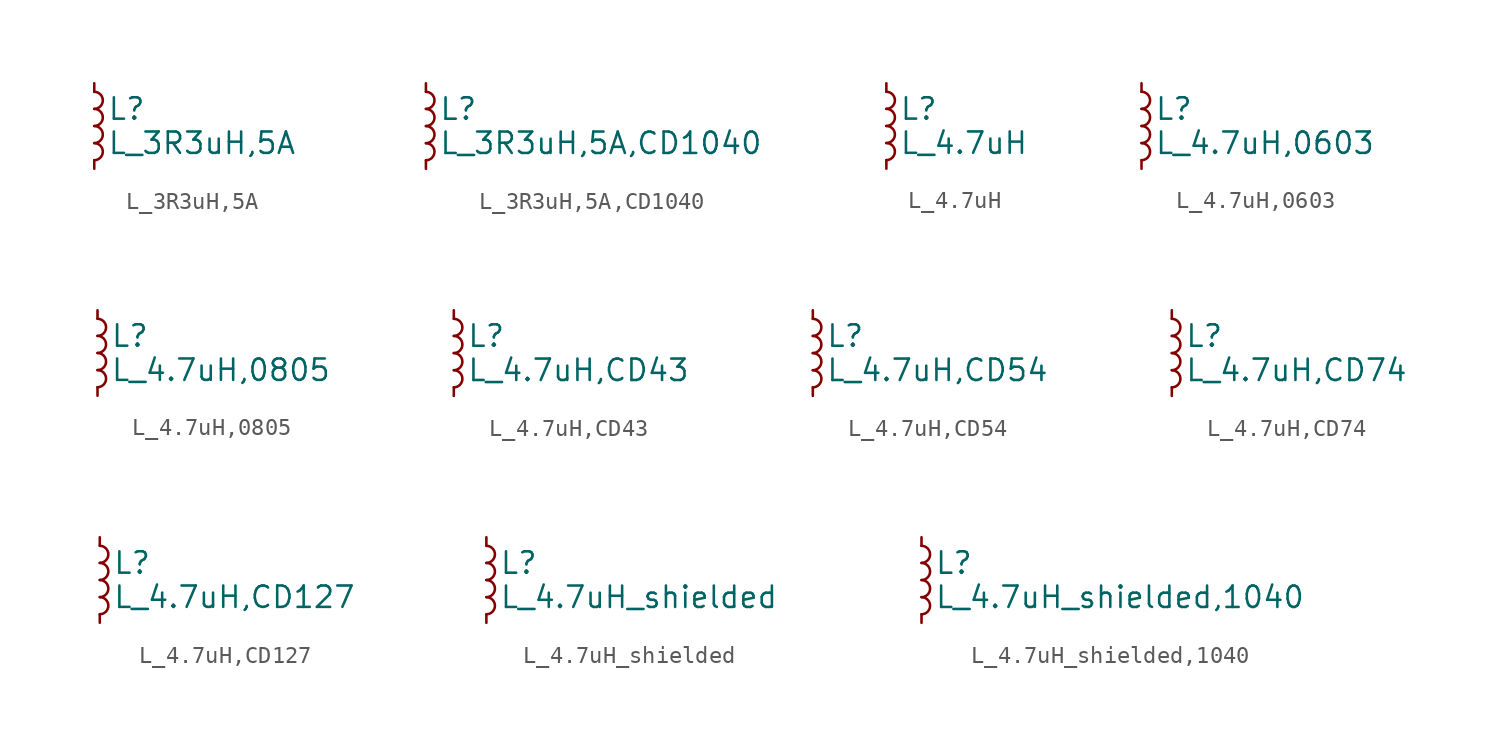
<source format=kicad_sym>
(kicad_symbol_lib
  (version 20211014)
  (generator kicad_symbol_editor)
  (symbol "L_3R3uH,5A"
    (pin_numbers hide)
    (pin_names
      (offset 0.254) hide)
    (property "Reference" "L"
      (at 0.762 1.016 0)
      (effects (font (size 1.27 1.27)) (justify left)))
    (property "Value" "L_3R3uH,5A"
      (at 0.762 -1.016 0)
      (effects (font (size 1.27 1.27)) (justify left)))
    (symbol "L_3R3uH,5A_0_1"
      (arc (start 0 -2.032) (mid 0.508 -1.524) (end 0 -1.016) (stroke (width 0) (type default) (color 0 0 0 0)) (fill (type none)))
      (arc (start 0 -1.016) (mid 0.508 -0.508) (end 0 0) (stroke (width 0) (type default) (color 0 0 0 0)) (fill (type none)))
      (arc (start 0 0) (mid 0.508 0.508) (end 0 1.016) (stroke (width 0) (type default) (color 0 0 0 0)) (fill (type none)))
      (arc (start 0 1.016) (mid 0.508 1.524) (end 0 2.032) (stroke (width 0) (type default) (color 0 0 0 0)) (fill (type none))))
    (symbol "L_3R3uH,5A_1_1"
      (pin passive line (at 0 2.54 270) (length 0.508) (name "~" (effects (font (size 1.27 1.27)))) (number "1" (effects (font (size 1.27 1.27)))))
      (pin passive line (at 0 -2.54 90) (length 0.508) (name "~" (effects (font (size 1.27 1.27)))) (number "2" (effects (font (size 1.27 1.27)))))))
  (symbol "L_3R3uH,5A,CD1040"
    (pin_numbers hide)
    (pin_names
      (offset 0.254) hide)
    (property "Reference" "L"
      (at 0.762 1.016 0)
      (effects (font (size 1.27 1.27)) (justify left)))
    (property "Value" "L_3R3uH,5A,CD1040"
      (at 0.762 -1.016 0)
      (effects (font (size 1.27 1.27)) (justify left)))
    (symbol "L_3R3uH,5A,CD1040_0_1"
      (arc (start 0 -2.032) (mid 0.508 -1.524) (end 0 -1.016) (stroke (width 0) (type default) (color 0 0 0 0)) (fill (type none)))
      (arc (start 0 -1.016) (mid 0.508 -0.508) (end 0 0) (stroke (width 0) (type default) (color 0 0 0 0)) (fill (type none)))
      (arc (start 0 0) (mid 0.508 0.508) (end 0 1.016) (stroke (width 0) (type default) (color 0 0 0 0)) (fill (type none)))
      (arc (start 0 1.016) (mid 0.508 1.524) (end 0 2.032) (stroke (width 0) (type default) (color 0 0 0 0)) (fill (type none))))
    (symbol "L_3R3uH,5A,CD1040_1_1"
      (pin passive line (at 0 2.54 270) (length 0.508) (name "~" (effects (font (size 1.27 1.27)))) (number "1" (effects (font (size 1.27 1.27)))))
      (pin passive line (at 0 -2.54 90) (length 0.508) (name "~" (effects (font (size 1.27 1.27)))) (number "2" (effects (font (size 1.27 1.27)))))))
  (symbol "L_4.7uH"
    (pin_numbers hide)
    (pin_names
      (offset 0.254) hide)
    (property "Reference" "L"
      (at 0.762 1.016 0)
      (effects (font (size 1.27 1.27)) (justify left)))
    (property "Value" "L_4.7uH"
      (at 0.762 -1.016 0)
      (effects (font (size 1.27 1.27)) (justify left)))
    (symbol "L_4.7uH_0_1"
      (arc (start 0 -2.032) (mid 0.508 -1.524) (end 0 -1.016) (stroke (width 0) (type default) (color 0 0 0 0)) (fill (type none)))
      (arc (start 0 -1.016) (mid 0.508 -0.508) (end 0 0) (stroke (width 0) (type default) (color 0 0 0 0)) (fill (type none)))
      (arc (start 0 0) (mid 0.508 0.508) (end 0 1.016) (stroke (width 0) (type default) (color 0 0 0 0)) (fill (type none)))
      (arc (start 0 1.016) (mid 0.508 1.524) (end 0 2.032) (stroke (width 0) (type default) (color 0 0 0 0)) (fill (type none))))
    (symbol "L_4.7uH_1_1"
      (pin passive line (at 0 2.54 270) (length 0.508) (name "~" (effects (font (size 1.27 1.27)))) (number "1" (effects (font (size 1.27 1.27)))))
      (pin passive line (at 0 -2.54 90) (length 0.508) (name "~" (effects (font (size 1.27 1.27)))) (number "2" (effects (font (size 1.27 1.27)))))))
  (symbol "L_4.7uH,0603"
    (pin_numbers hide)
    (pin_names
      (offset 0.254) hide)
    (property "Reference" "L"
      (at 0.762 1.016 0)
      (effects (font (size 1.27 1.27)) (justify left)))
    (property "Value" "L_4.7uH,0603"
      (at 0.762 -1.016 0)
      (effects (font (size 1.27 1.27)) (justify left)))
    (symbol "L_4.7uH,0603_0_1"
      (arc (start 0 -2.032) (mid 0.508 -1.524) (end 0 -1.016) (stroke (width 0) (type default) (color 0 0 0 0)) (fill (type none)))
      (arc (start 0 -1.016) (mid 0.508 -0.508) (end 0 0) (stroke (width 0) (type default) (color 0 0 0 0)) (fill (type none)))
      (arc (start 0 0) (mid 0.508 0.508) (end 0 1.016) (stroke (width 0) (type default) (color 0 0 0 0)) (fill (type none)))
      (arc (start 0 1.016) (mid 0.508 1.524) (end 0 2.032) (stroke (width 0) (type default) (color 0 0 0 0)) (fill (type none))))
    (symbol "L_4.7uH,0603_1_1"
      (pin passive line (at 0 2.54 270) (length 0.508) (name "~" (effects (font (size 1.27 1.27)))) (number "1" (effects (font (size 1.27 1.27)))))
      (pin passive line (at 0 -2.54 90) (length 0.508) (name "~" (effects (font (size 1.27 1.27)))) (number "2" (effects (font (size 1.27 1.27)))))))
  (symbol "L_4.7uH,0805"
    (pin_numbers hide)
    (pin_names
      (offset 0.254) hide)
    (property "Reference" "L"
      (at 0.762 1.016 0)
      (effects (font (size 1.27 1.27)) (justify left)))
    (property "Value" "L_4.7uH,0805"
      (at 0.762 -1.016 0)
      (effects (font (size 1.27 1.27)) (justify left)))
    (symbol "L_4.7uH,0805_0_1"
      (arc (start 0 -2.032) (mid 0.508 -1.524) (end 0 -1.016) (stroke (width 0) (type default) (color 0 0 0 0)) (fill (type none)))
      (arc (start 0 -1.016) (mid 0.508 -0.508) (end 0 0) (stroke (width 0) (type default) (color 0 0 0 0)) (fill (type none)))
      (arc (start 0 0) (mid 0.508 0.508) (end 0 1.016) (stroke (width 0) (type default) (color 0 0 0 0)) (fill (type none)))
      (arc (start 0 1.016) (mid 0.508 1.524) (end 0 2.032) (stroke (width 0) (type default) (color 0 0 0 0)) (fill (type none))))
    (symbol "L_4.7uH,0805_1_1"
      (pin passive line (at 0 2.54 270) (length 0.508) (name "~" (effects (font (size 1.27 1.27)))) (number "1" (effects (font (size 1.27 1.27)))))
      (pin passive line (at 0 -2.54 90) (length 0.508) (name "~" (effects (font (size 1.27 1.27)))) (number "2" (effects (font (size 1.27 1.27)))))))
  (symbol "L_4.7uH,CD43"
    (pin_numbers hide)
    (pin_names
      (offset 0.254) hide)
    (property "Reference" "L"
      (at 0.762 1.016 0)
      (effects (font (size 1.27 1.27)) (justify left)))
    (property "Value" "L_4.7uH,CD43"
      (at 0.762 -1.016 0)
      (effects (font (size 1.27 1.27)) (justify left)))
    (symbol "L_4.7uH,CD43_0_1"
      (arc (start 0 -2.032) (mid 0.508 -1.524) (end 0 -1.016) (stroke (width 0) (type default) (color 0 0 0 0)) (fill (type none)))
      (arc (start 0 -1.016) (mid 0.508 -0.508) (end 0 0) (stroke (width 0) (type default) (color 0 0 0 0)) (fill (type none)))
      (arc (start 0 0) (mid 0.508 0.508) (end 0 1.016) (stroke (width 0) (type default) (color 0 0 0 0)) (fill (type none)))
      (arc (start 0 1.016) (mid 0.508 1.524) (end 0 2.032) (stroke (width 0) (type default) (color 0 0 0 0)) (fill (type none))))
    (symbol "L_4.7uH,CD43_1_1"
      (pin passive line (at 0 2.54 270) (length 0.508) (name "~" (effects (font (size 1.27 1.27)))) (number "1" (effects (font (size 1.27 1.27)))))
      (pin passive line (at 0 -2.54 90) (length 0.508) (name "~" (effects (font (size 1.27 1.27)))) (number "2" (effects (font (size 1.27 1.27)))))))
  (symbol "L_4.7uH,CD54"
    (pin_numbers hide)
    (pin_names
      (offset 0.254) hide)
    (property "Reference" "L"
      (at 0.762 1.016 0)
      (effects (font (size 1.27 1.27)) (justify left)))
    (property "Value" "L_4.7uH,CD54"
      (at 0.762 -1.016 0)
      (effects (font (size 1.27 1.27)) (justify left)))
    (symbol "L_4.7uH,CD54_0_1"
      (arc (start 0 -2.032) (mid 0.508 -1.524) (end 0 -1.016) (stroke (width 0) (type default) (color 0 0 0 0)) (fill (type none)))
      (arc (start 0 -1.016) (mid 0.508 -0.508) (end 0 0) (stroke (width 0) (type default) (color 0 0 0 0)) (fill (type none)))
      (arc (start 0 0) (mid 0.508 0.508) (end 0 1.016) (stroke (width 0) (type default) (color 0 0 0 0)) (fill (type none)))
      (arc (start 0 1.016) (mid 0.508 1.524) (end 0 2.032) (stroke (width 0) (type default) (color 0 0 0 0)) (fill (type none))))
    (symbol "L_4.7uH,CD54_1_1"
      (pin passive line (at 0 2.54 270) (length 0.508) (name "~" (effects (font (size 1.27 1.27)))) (number "1" (effects (font (size 1.27 1.27)))))
      (pin passive line (at 0 -2.54 90) (length 0.508) (name "~" (effects (font (size 1.27 1.27)))) (number "2" (effects (font (size 1.27 1.27)))))))
  (symbol "L_4.7uH,CD74"
    (pin_numbers hide)
    (pin_names
      (offset 0.254) hide)
    (property "Reference" "L"
      (at 0.762 1.016 0)
      (effects (font (size 1.27 1.27)) (justify left)))
    (property "Value" "L_4.7uH,CD74"
      (at 0.762 -1.016 0)
      (effects (font (size 1.27 1.27)) (justify left)))
    (symbol "L_4.7uH,CD74_0_1"
      (arc (start 0 -2.032) (mid 0.508 -1.524) (end 0 -1.016) (stroke (width 0) (type default) (color 0 0 0 0)) (fill (type none)))
      (arc (start 0 -1.016) (mid 0.508 -0.508) (end 0 0) (stroke (width 0) (type default) (color 0 0 0 0)) (fill (type none)))
      (arc (start 0 0) (mid 0.508 0.508) (end 0 1.016) (stroke (width 0) (type default) (color 0 0 0 0)) (fill (type none)))
      (arc (start 0 1.016) (mid 0.508 1.524) (end 0 2.032) (stroke (width 0) (type default) (color 0 0 0 0)) (fill (type none))))
    (symbol "L_4.7uH,CD74_1_1"
      (pin passive line (at 0 2.54 270) (length 0.508) (name "~" (effects (font (size 1.27 1.27)))) (number "1" (effects (font (size 1.27 1.27)))))
      (pin passive line (at 0 -2.54 90) (length 0.508) (name "~" (effects (font (size 1.27 1.27)))) (number "2" (effects (font (size 1.27 1.27)))))))
  (symbol "L_4.7uH,CD127"
    (pin_numbers hide)
    (pin_names
      (offset 0.254) hide)
    (property "Reference" "L"
      (at 0.762 1.016 0)
      (effects (font (size 1.27 1.27)) (justify left)))
    (property "Value" "L_4.7uH,CD127"
      (at 0.762 -1.016 0)
      (effects (font (size 1.27 1.27)) (justify left)))
    (symbol "L_4.7uH,CD127_0_1"
      (arc (start 0 -2.032) (mid 0.508 -1.524) (end 0 -1.016) (stroke (width 0) (type default) (color 0 0 0 0)) (fill (type none)))
      (arc (start 0 -1.016) (mid 0.508 -0.508) (end 0 0) (stroke (width 0) (type default) (color 0 0 0 0)) (fill (type none)))
      (arc (start 0 0) (mid 0.508 0.508) (end 0 1.016) (stroke (width 0) (type default) (color 0 0 0 0)) (fill (type none)))
      (arc (start 0 1.016) (mid 0.508 1.524) (end 0 2.032) (stroke (width 0) (type default) (color 0 0 0 0)) (fill (type none))))
    (symbol "L_4.7uH,CD127_1_1"
      (pin passive line (at 0 2.54 270) (length 0.508) (name "~" (effects (font (size 1.27 1.27)))) (number "1" (effects (font (size 1.27 1.27)))))
      (pin passive line (at 0 -2.54 90) (length 0.508) (name "~" (effects (font (size 1.27 1.27)))) (number "2" (effects (font (size 1.27 1.27)))))))
  (symbol "L_4.7uH_shielded"
    (pin_numbers hide)
    (pin_names
      (offset 0.254) hide)
    (property "Reference" "L"
      (at 0.762 1.016 0)
      (effects (font (size 1.27 1.27)) (justify left)))
    (property "Value" "L_4.7uH_shielded"
      (at 0.762 -1.016 0)
      (effects (font (size 1.27 1.27)) (justify left)))
    (symbol "L_4.7uH_shielded_0_1"
      (arc (start 0 -2.032) (mid 0.508 -1.524) (end 0 -1.016) (stroke (width 0) (type default) (color 0 0 0 0)) (fill (type none)))
      (arc (start 0 -1.016) (mid 0.508 -0.508) (end 0 0) (stroke (width 0) (type default) (color 0 0 0 0)) (fill (type none)))
      (arc (start 0 0) (mid 0.508 0.508) (end 0 1.016) (stroke (width 0) (type default) (color 0 0 0 0)) (fill (type none)))
      (arc (start 0 1.016) (mid 0.508 1.524) (end 0 2.032) (stroke (width 0) (type default) (color 0 0 0 0)) (fill (type none))))
    (symbol "L_4.7uH_shielded_1_1"
      (pin passive line (at 0 2.54 270) (length 0.508) (name "~" (effects (font (size 1.27 1.27)))) (number "1" (effects (font (size 1.27 1.27)))))
      (pin passive line (at 0 -2.54 90) (length 0.508) (name "~" (effects (font (size 1.27 1.27)))) (number "2" (effects (font (size 1.27 1.27)))))))
  (symbol "L_4.7uH_shielded,1040"
    (pin_numbers hide)
    (pin_names
      (offset 0.254) hide)
    (property "Reference" "L"
      (at 0.762 1.016 0)
      (effects (font (size 1.27 1.27)) (justify left)))
    (property "Value" "L_4.7uH_shielded,1040"
      (at 0.762 -1.016 0)
      (effects (font (size 1.27 1.27)) (justify left)))
    (symbol "L_4.7uH_shielded,1040_0_1"
      (arc (start 0 -2.032) (mid 0.508 -1.524) (end 0 -1.016) (stroke (width 0) (type default) (color 0 0 0 0)) (fill (type none)))
      (arc (start 0 -1.016) (mid 0.508 -0.508) (end 0 0) (stroke (width 0) (type default) (color 0 0 0 0)) (fill (type none)))
      (arc (start 0 0) (mid 0.508 0.508) (end 0 1.016) (stroke (width 0) (type default) (color 0 0 0 0)) (fill (type none)))
      (arc (start 0 1.016) (mid 0.508 1.524) (end 0 2.032) (stroke (width 0) (type default) (color 0 0 0 0)) (fill (type none))))
    (symbol "L_4.7uH_shielded,1040_1_1"
      (pin passive line (at 0 2.54 270) (length 0.508) (name "~" (effects (font (size 1.27 1.27)))) (number "1" (effects (font (size 1.27 1.27)))))
      (pin passive line (at 0 -2.54 90) (length 0.508) (name "~" (effects (font (size 1.27 1.27)))) (number "2" (effects (font (size 1.27 1.27))))))))
</source>
